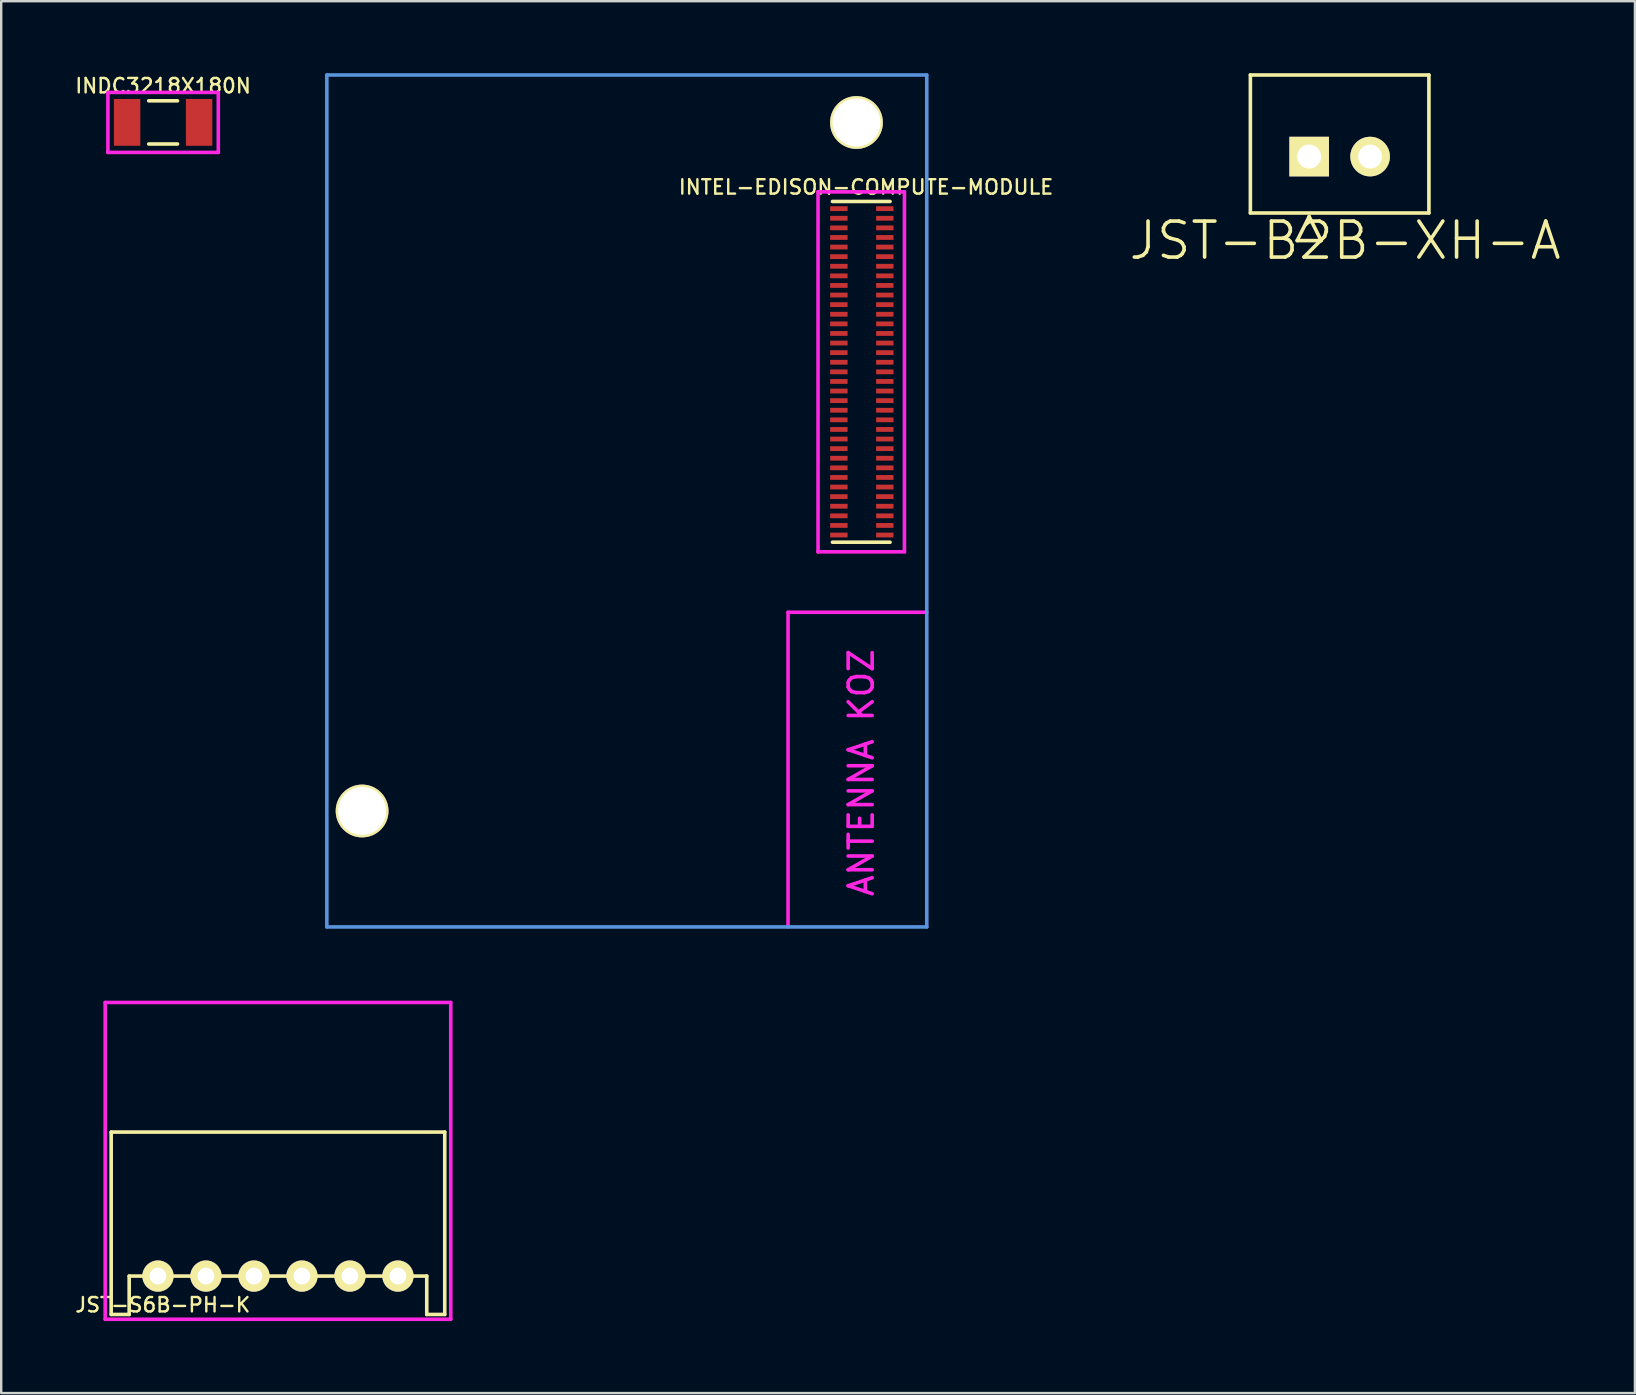
<source format=kicad_pcb>
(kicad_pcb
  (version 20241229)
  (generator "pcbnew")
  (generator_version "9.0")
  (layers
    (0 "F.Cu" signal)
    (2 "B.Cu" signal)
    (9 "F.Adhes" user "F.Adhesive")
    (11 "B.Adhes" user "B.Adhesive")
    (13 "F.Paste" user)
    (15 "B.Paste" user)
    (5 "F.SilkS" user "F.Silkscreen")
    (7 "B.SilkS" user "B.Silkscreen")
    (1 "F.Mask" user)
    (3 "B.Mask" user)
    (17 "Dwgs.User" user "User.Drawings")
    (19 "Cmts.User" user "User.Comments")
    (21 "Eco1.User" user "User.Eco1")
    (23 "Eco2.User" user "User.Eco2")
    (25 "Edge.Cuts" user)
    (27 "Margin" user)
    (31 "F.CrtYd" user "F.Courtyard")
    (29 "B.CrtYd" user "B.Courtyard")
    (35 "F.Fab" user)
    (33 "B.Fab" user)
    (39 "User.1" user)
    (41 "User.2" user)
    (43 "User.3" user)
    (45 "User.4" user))
  (footprint "JST-B2B-XH-A"
    (layer "F.Cu")
    (at 51.504 3.475)
    (property "Reference" "JST-B2B-XH-A" (at 1.5 3.5 0) (layer "F.SilkS") (effects (font (size 1.5 1.5) (thickness 0.15))))
    (attr through_hole)
    (fp_line (start -2.45 -3.4) (end -2.45 2.35) (stroke (width 0.15) (type solid)) (layer "F.SilkS"))
    (fp_line (start -2.45 -3.4) (end 4.99 -3.4) (stroke (width 0.15) (type solid)) (layer "F.SilkS"))
    (fp_line (start -0.5 3.5) (end 0.5 3.5) (stroke (width 0.15) (type solid)) (layer "F.SilkS"))
    (fp_line (start 0 2.5) (end -0.5 3.5) (stroke (width 0.15) (type solid)) (layer "F.SilkS"))
    (fp_line (start 0.5 3.5) (end 0 2.5) (stroke (width 0.15) (type solid)) (layer "F.SilkS"))
    (fp_line (start 4.99 2.35) (end -2.45 2.35) (stroke (width 0.15) (type solid)) (layer "F.SilkS"))
    (fp_line (start 4.99 2.35) (end 4.99 -3.4) (stroke (width 0.15) (type solid)) (layer "F.SilkS"))
    (pad "1" thru_hole rect (at 0 0) (size 1.65 1.65) (drill 1) (layers "*.Cu" "*.Mask" "F.SilkS"))
    (pad "2" thru_hole circle (at 2.54 0) (size 1.65 1.65) (drill 1) (layers "*.Cu" "*.Mask" "F.SilkS")))
  (footprint "INDC3218X180N"
    (layer "F.Cu")
    (at 3.747 2.05)
    (property "Reference" "INDC3218X180N" (at 0 -1.524 0) (layer "F.SilkS") (effects (font (size 0.6 0.6) (thickness 0.1))))
    (attr through_hole)
    (fp_line (start -0.6 -0.9) (end 0.6 -0.9) (stroke (width 0.15) (type solid)) (layer "F.SilkS"))
    (fp_line (start 0.6 0.9) (end -0.6 0.9) (stroke (width 0.15) (type solid)) (layer "F.SilkS"))
    (fp_line (start -2.3 -1.25) (end 2.3 -1.25) (stroke (width 0.15) (type solid)) (layer "F.CrtYd"))
    (fp_line (start -2.3 1.25) (end -2.3 -1.25) (stroke (width 0.15) (type solid)) (layer "F.CrtYd"))
    (fp_line (start 2.3 -1.25) (end 2.3 1.25) (stroke (width 0.15) (type solid)) (layer "F.CrtYd"))
    (fp_line (start 2.3 1.25) (end -2.3 1.25) (stroke (width 0.15) (type solid)) (layer "F.CrtYd"))
    (pad "1" smd rect (at -1.5 0) (size 1.1 1.95) (layers "F.Cu" "F.Mask" "F.Paste"))
    (pad "2" smd rect (at 1.5 0) (size 1.1 1.95) (layers "F.Cu" "F.Mask" "F.Paste")))
  (footprint "INTEL-EDISON-COMPUTE-MODULE"
    (layer "F.Cu")
    (at 12.039 30.745)
    (property "Reference" "INTEL-EDISON-COMPUTE-MODULE" (at 21 -26 0) (layer "F.SilkS") (effects (font (size 0.6 0.6) (thickness 0.1))))
    (attr through_hole)
    (fp_line (start 19.6 -25.4) (end 22 -25.4) (stroke (width 0.15) (type solid)) (layer "F.SilkS"))
    (fp_line (start 19.6 -11.2) (end 22 -11.2) (stroke (width 0.15) (type solid)) (layer "F.SilkS"))
    (fp_line (start -1.47 -30.67) (end 23.53 -30.67) (stroke (width 0.15) (type solid)) (layer "Cmts.User"))
    (fp_line (start -1.47 4.83) (end -1.47 -30.67) (stroke (width 0.15) (type solid)) (layer "Cmts.User"))
    (fp_line (start 23.53 -30.67) (end 23.53 4.83) (stroke (width 0.15) (type solid)) (layer "Cmts.User"))
    (fp_line (start 23.53 4.83) (end -1.47 4.83) (stroke (width 0.15) (type solid)) (layer "Cmts.User"))
    (fp_line (start 17.75 -8.28) (end 17.75 4.83) (stroke (width 0.15) (type solid)) (layer "F.CrtYd"))
    (fp_line (start 19 -25.8) (end 22.6 -25.8) (stroke (width 0.15) (type solid)) (layer "F.CrtYd"))
    (fp_line (start 19 -10.8) (end 19 -25.8) (stroke (width 0.15) (type solid)) (layer "F.CrtYd"))
    (fp_line (start 22.6 -25.8) (end 22.6 -10.8) (stroke (width 0.15) (type solid)) (layer "F.CrtYd"))
    (fp_line (start 22.6 -10.8) (end 19 -10.8) (stroke (width 0.15) (type solid)) (layer "F.CrtYd"))
    (fp_line (start 23.53 -8.28) (end 17.75 -8.28) (stroke (width 0.15) (type solid)) (layer "F.CrtYd"))
    (fp_text user "ANTENNA KOZ" (at 20.8 -1.6 90) (layer "F.CrtYd") (effects (font (size 1 1) (thickness 0.15))))
    (pad "" thru_hole circle (at 0 0) (size 2.2 2.2) (drill 2) (layers "*.Cu" "*.Mask" "F.SilkS"))
    (pad "" thru_hole circle (at 20.6 -28.69) (size 2.2 2.2) (drill 2) (layers "*.Cu" "*.Mask" "F.SilkS"))
    (pad "1" smd rect (at 21.782 -11.5) (size 0.725 0.2) (layers "F.Cu" "F.Mask" "F.Paste"))
    (pad "2" smd rect (at 19.867 -11.5) (size 0.725 0.2) (layers "F.Cu" "F.Mask" "F.Paste"))
    (pad "3" smd rect (at 21.782 -11.9) (size 0.725 0.2) (layers "F.Cu" "F.Mask" "F.Paste"))
    (pad "4" smd rect (at 19.867 -11.9) (size 0.725 0.2) (layers "F.Cu" "F.Mask" "F.Paste"))
    (pad "5" smd rect (at 21.782 -12.3) (size 0.725 0.2) (layers "F.Cu" "F.Mask" "F.Paste"))
    (pad "6" smd rect (at 19.867 -12.3) (size 0.725 0.2) (layers "F.Cu" "F.Mask" "F.Paste"))
    (pad "7" smd rect (at 21.782 -12.7) (size 0.725 0.2) (layers "F.Cu" "F.Mask" "F.Paste"))
    (pad "8" smd rect (at 19.867 -12.7) (size 0.725 0.2) (layers "F.Cu" "F.Mask" "F.Paste"))
    (pad "9" smd rect (at 21.782 -13.1) (size 0.725 0.2) (layers "F.Cu" "F.Mask" "F.Paste"))
    (pad "10" smd rect (at 19.867 -13.1) (size 0.725 0.2) (layers "F.Cu" "F.Mask" "F.Paste"))
    (pad "11" smd rect (at 21.782 -13.5) (size 0.725 0.2) (layers "F.Cu" "F.Mask" "F.Paste"))
    (pad "12" smd rect (at 19.867 -13.5) (size 0.725 0.2) (layers "F.Cu" "F.Mask" "F.Paste"))
    (pad "13" smd rect (at 21.782 -13.9) (size 0.725 0.2) (layers "F.Cu" "F.Mask" "F.Paste"))
    (pad "14" smd rect (at 19.867 -13.9) (size 0.725 0.2) (layers "F.Cu" "F.Mask" "F.Paste"))
    (pad "15" smd rect (at 21.782 -14.3) (size 0.725 0.2) (layers "F.Cu" "F.Mask" "F.Paste"))
    (pad "16" smd rect (at 19.867 -14.3) (size 0.725 0.2) (layers "F.Cu" "F.Mask" "F.Paste"))
    (pad "17" smd rect (at 21.782 -14.7) (size 0.725 0.2) (layers "F.Cu" "F.Mask" "F.Paste"))
    (pad "18" smd rect (at 19.867 -14.7) (size 0.725 0.2) (layers "F.Cu" "F.Mask" "F.Paste"))
    (pad "19" smd rect (at 21.782 -15.1) (size 0.725 0.2) (layers "F.Cu" "F.Mask" "F.Paste"))
    (pad "20" smd rect (at 19.867 -15.1) (size 0.725 0.2) (layers "F.Cu" "F.Mask" "F.Paste"))
    (pad "21" smd rect (at 21.782 -15.5) (size 0.725 0.2) (layers "F.Cu" "F.Mask" "F.Paste"))
    (pad "22" smd rect (at 19.867 -15.5) (size 0.725 0.2) (layers "F.Cu" "F.Mask" "F.Paste"))
    (pad "23" smd rect (at 21.782 -15.9) (size 0.725 0.2) (layers "F.Cu" "F.Mask" "F.Paste"))
    (pad "24" smd rect (at 19.867 -15.9) (size 0.725 0.2) (layers "F.Cu" "F.Mask" "F.Paste"))
    (pad "25" smd rect (at 21.782 -16.3) (size 0.725 0.2) (layers "F.Cu" "F.Mask" "F.Paste"))
    (pad "26" smd rect (at 19.867 -16.3) (size 0.725 0.2) (layers "F.Cu" "F.Mask" "F.Paste"))
    (pad "27" smd rect (at 21.782 -16.7) (size 0.725 0.2) (layers "F.Cu" "F.Mask" "F.Paste"))
    (pad "28" smd rect (at 19.867 -16.7) (size 0.725 0.2) (layers "F.Cu" "F.Mask" "F.Paste"))
    (pad "29" smd rect (at 21.782 -17.1) (size 0.725 0.2) (layers "F.Cu" "F.Mask" "F.Paste"))
    (pad "30" smd rect (at 19.867 -17.1) (size 0.725 0.2) (layers "F.Cu" "F.Mask" "F.Paste"))
    (pad "31" smd rect (at 21.782 -17.5) (size 0.725 0.2) (layers "F.Cu" "F.Mask" "F.Paste"))
    (pad "32" smd rect (at 19.867 -17.5) (size 0.725 0.2) (layers "F.Cu" "F.Mask" "F.Paste"))
    (pad "33" smd rect (at 21.782 -17.9) (size 0.725 0.2) (layers "F.Cu" "F.Mask" "F.Paste"))
    (pad "34" smd rect (at 19.867 -17.9) (size 0.725 0.2) (layers "F.Cu" "F.Mask" "F.Paste"))
    (pad "35" smd rect (at 21.782 -18.3) (size 0.725 0.2) (layers "F.Cu" "F.Mask" "F.Paste"))
    (pad "36" smd rect (at 19.867 -18.3) (size 0.725 0.2) (layers "F.Cu" "F.Mask" "F.Paste"))
    (pad "37" smd rect (at 21.782 -18.7) (size 0.725 0.2) (layers "F.Cu" "F.Mask" "F.Paste"))
    (pad "38" smd rect (at 19.867 -18.7) (size 0.725 0.2) (layers "F.Cu" "F.Mask" "F.Paste"))
    (pad "39" smd rect (at 21.782 -19.1) (size 0.725 0.2) (layers "F.Cu" "F.Mask" "F.Paste"))
    (pad "40" smd rect (at 19.867 -19.1) (size 0.725 0.2) (layers "F.Cu" "F.Mask" "F.Paste"))
    (pad "41" smd rect (at 21.782 -19.5) (size 0.725 0.2) (layers "F.Cu" "F.Mask" "F.Paste"))
    (pad "42" smd rect (at 19.867 -19.5) (size 0.725 0.2) (layers "F.Cu" "F.Mask" "F.Paste"))
    (pad "43" smd rect (at 21.782 -19.9) (size 0.725 0.2) (layers "F.Cu" "F.Mask" "F.Paste"))
    (pad "44" smd rect (at 19.867 -19.9) (size 0.725 0.2) (layers "F.Cu" "F.Mask" "F.Paste"))
    (pad "45" smd rect (at 21.782 -20.3) (size 0.725 0.2) (layers "F.Cu" "F.Mask" "F.Paste"))
    (pad "46" smd rect (at 19.867 -20.3) (size 0.725 0.2) (layers "F.Cu" "F.Mask" "F.Paste"))
    (pad "47" smd rect (at 21.782 -20.7) (size 0.725 0.2) (layers "F.Cu" "F.Mask" "F.Paste"))
    (pad "48" smd rect (at 19.867 -20.7) (size 0.725 0.2) (layers "F.Cu" "F.Mask" "F.Paste"))
    (pad "49" smd rect (at 21.782 -21.1) (size 0.725 0.2) (layers "F.Cu" "F.Mask" "F.Paste"))
    (pad "50" smd rect (at 19.867 -21.1) (size 0.725 0.2) (layers "F.Cu" "F.Mask" "F.Paste"))
    (pad "51" smd rect (at 21.782 -21.5) (size 0.725 0.2) (layers "F.Cu" "F.Mask" "F.Paste"))
    (pad "52" smd rect (at 19.867 -21.5) (size 0.725 0.2) (layers "F.Cu" "F.Mask" "F.Paste"))
    (pad "53" smd rect (at 21.782 -21.9) (size 0.725 0.2) (layers "F.Cu" "F.Mask" "F.Paste"))
    (pad "54" smd rect (at 19.867 -21.9) (size 0.725 0.2) (layers "F.Cu" "F.Mask" "F.Paste"))
    (pad "55" smd rect (at 21.782 -22.3) (size 0.725 0.2) (layers "F.Cu" "F.Mask" "F.Paste"))
    (pad "56" smd rect (at 19.867 -22.3) (size 0.725 0.2) (layers "F.Cu" "F.Mask" "F.Paste"))
    (pad "57" smd rect (at 21.782 -22.7) (size 0.725 0.2) (layers "F.Cu" "F.Mask" "F.Paste"))
    (pad "58" smd rect (at 19.867 -22.7) (size 0.725 0.2) (layers "F.Cu" "F.Mask" "F.Paste"))
    (pad "59" smd rect (at 21.782 -23.1) (size 0.725 0.2) (layers "F.Cu" "F.Mask" "F.Paste"))
    (pad "60" smd rect (at 19.867 -23.1) (size 0.725 0.2) (layers "F.Cu" "F.Mask" "F.Paste"))
    (pad "61" smd rect (at 21.782 -23.5) (size 0.725 0.2) (layers "F.Cu" "F.Mask" "F.Paste"))
    (pad "62" smd rect (at 19.867 -23.5) (size 0.725 0.2) (layers "F.Cu" "F.Mask" "F.Paste"))
    (pad "63" smd rect (at 21.782 -23.9) (size 0.725 0.2) (layers "F.Cu" "F.Mask" "F.Paste"))
    (pad "64" smd rect (at 19.867 -23.9) (size 0.725 0.2) (layers "F.Cu" "F.Mask" "F.Paste"))
    (pad "65" smd rect (at 21.782 -24.3) (size 0.725 0.2) (layers "F.Cu" "F.Mask" "F.Paste"))
    (pad "66" smd rect (at 19.867 -24.3) (size 0.725 0.2) (layers "F.Cu" "F.Mask" "F.Paste"))
    (pad "67" smd rect (at 21.782 -24.7) (size 0.725 0.2) (layers "F.Cu" "F.Mask" "F.Paste"))
    (pad "68" smd rect (at 19.867 -24.7) (size 0.725 0.2) (layers "F.Cu" "F.Mask" "F.Paste"))
    (pad "69" smd rect (at 21.782 -25.1) (size 0.725 0.2) (layers "F.Cu" "F.Mask" "F.Paste"))
    (pad "70" smd rect (at 19.867 -25.1) (size 0.725 0.2) (layers "F.Cu" "F.Mask" "F.Paste")))
  (footprint "JST-S6B-PH-K"
    (layer "F.Cu")
    (at 8.533 50.125)
    (property "Reference" "JST-S6B-PH-K" (at -4.8 1.2 0) (layer "F.SilkS") (effects (font (size 0.6 0.6) (thickness 0.1))))
    (attr through_hole)
    (fp_line (start -6.95 -6) (end -6.95 1.6) (stroke (width 0.15) (type solid)) (layer "F.SilkS"))
    (fp_line (start -6.95 -6) (end 6.95 -6) (stroke (width 0.15) (type solid)) (layer "F.SilkS"))
    (fp_line (start -6.95 1.6) (end -6.2 1.6) (stroke (width 0.15) (type solid)) (layer "F.SilkS"))
    (fp_line (start -6.2 0) (end 6.2 0) (stroke (width 0.15) (type solid)) (layer "F.SilkS"))
    (fp_line (start -6.2 1.6) (end -6.2 0) (stroke (width 0.15) (type solid)) (layer "F.SilkS"))
    (fp_line (start 6.2 1.6) (end 6.2 0) (stroke (width 0.15) (type solid)) (layer "F.SilkS"))
    (fp_line (start 6.95 -6) (end 6.95 1.6) (stroke (width 0.15) (type solid)) (layer "F.SilkS"))
    (fp_line (start 6.95 1.6) (end 6.2 1.6) (stroke (width 0.15) (type solid)) (layer "F.SilkS"))
    (fp_line (start -7.2 -11.4) (end -7.2 1.8) (stroke (width 0.15) (type solid)) (layer "F.CrtYd"))
    (fp_line (start -7.2 1.8) (end 7.2 1.8) (stroke (width 0.15) (type solid)) (layer "F.CrtYd"))
    (fp_line (start 7.2 -11.4) (end -7.2 -11.4) (stroke (width 0.15) (type solid)) (layer "F.CrtYd"))
    (fp_line (start 7.2 1.8) (end 7.2 -11.4) (stroke (width 0.15) (type solid)) (layer "F.CrtYd"))
    (pad "1" thru_hole circle (at 5 0) (size 1.3 1.3) (drill 0.7) (layers "*.Cu" "*.Mask" "F.SilkS"))
    (pad "2" thru_hole circle (at 3 0) (size 1.3 1.3) (drill 0.7) (layers "*.Cu" "*.Mask" "F.SilkS"))
    (pad "3" thru_hole circle (at 1 0) (size 1.3 1.3) (drill 0.7) (layers "*.Cu" "*.Mask" "F.SilkS"))
    (pad "4" thru_hole circle (at -1 0) (size 1.3 1.3) (drill 0.7) (layers "*.Cu" "*.Mask" "F.SilkS"))
    (pad "5" thru_hole circle (at -3 0) (size 1.3 1.3) (drill 0.7) (layers "*.Cu" "*.Mask" "F.SilkS"))
    (pad "6" thru_hole circle (at -5 0) (size 1.3 1.3) (drill 0.7) (layers "*.Cu" "*.Mask" "F.SilkS")))
  (gr_rect
    (start -3 -3)
    (end 65.079 55)
    (stroke (width 0.1) (type default))
    (fill no)
    (layer "Edge.Cuts")))
</source>
